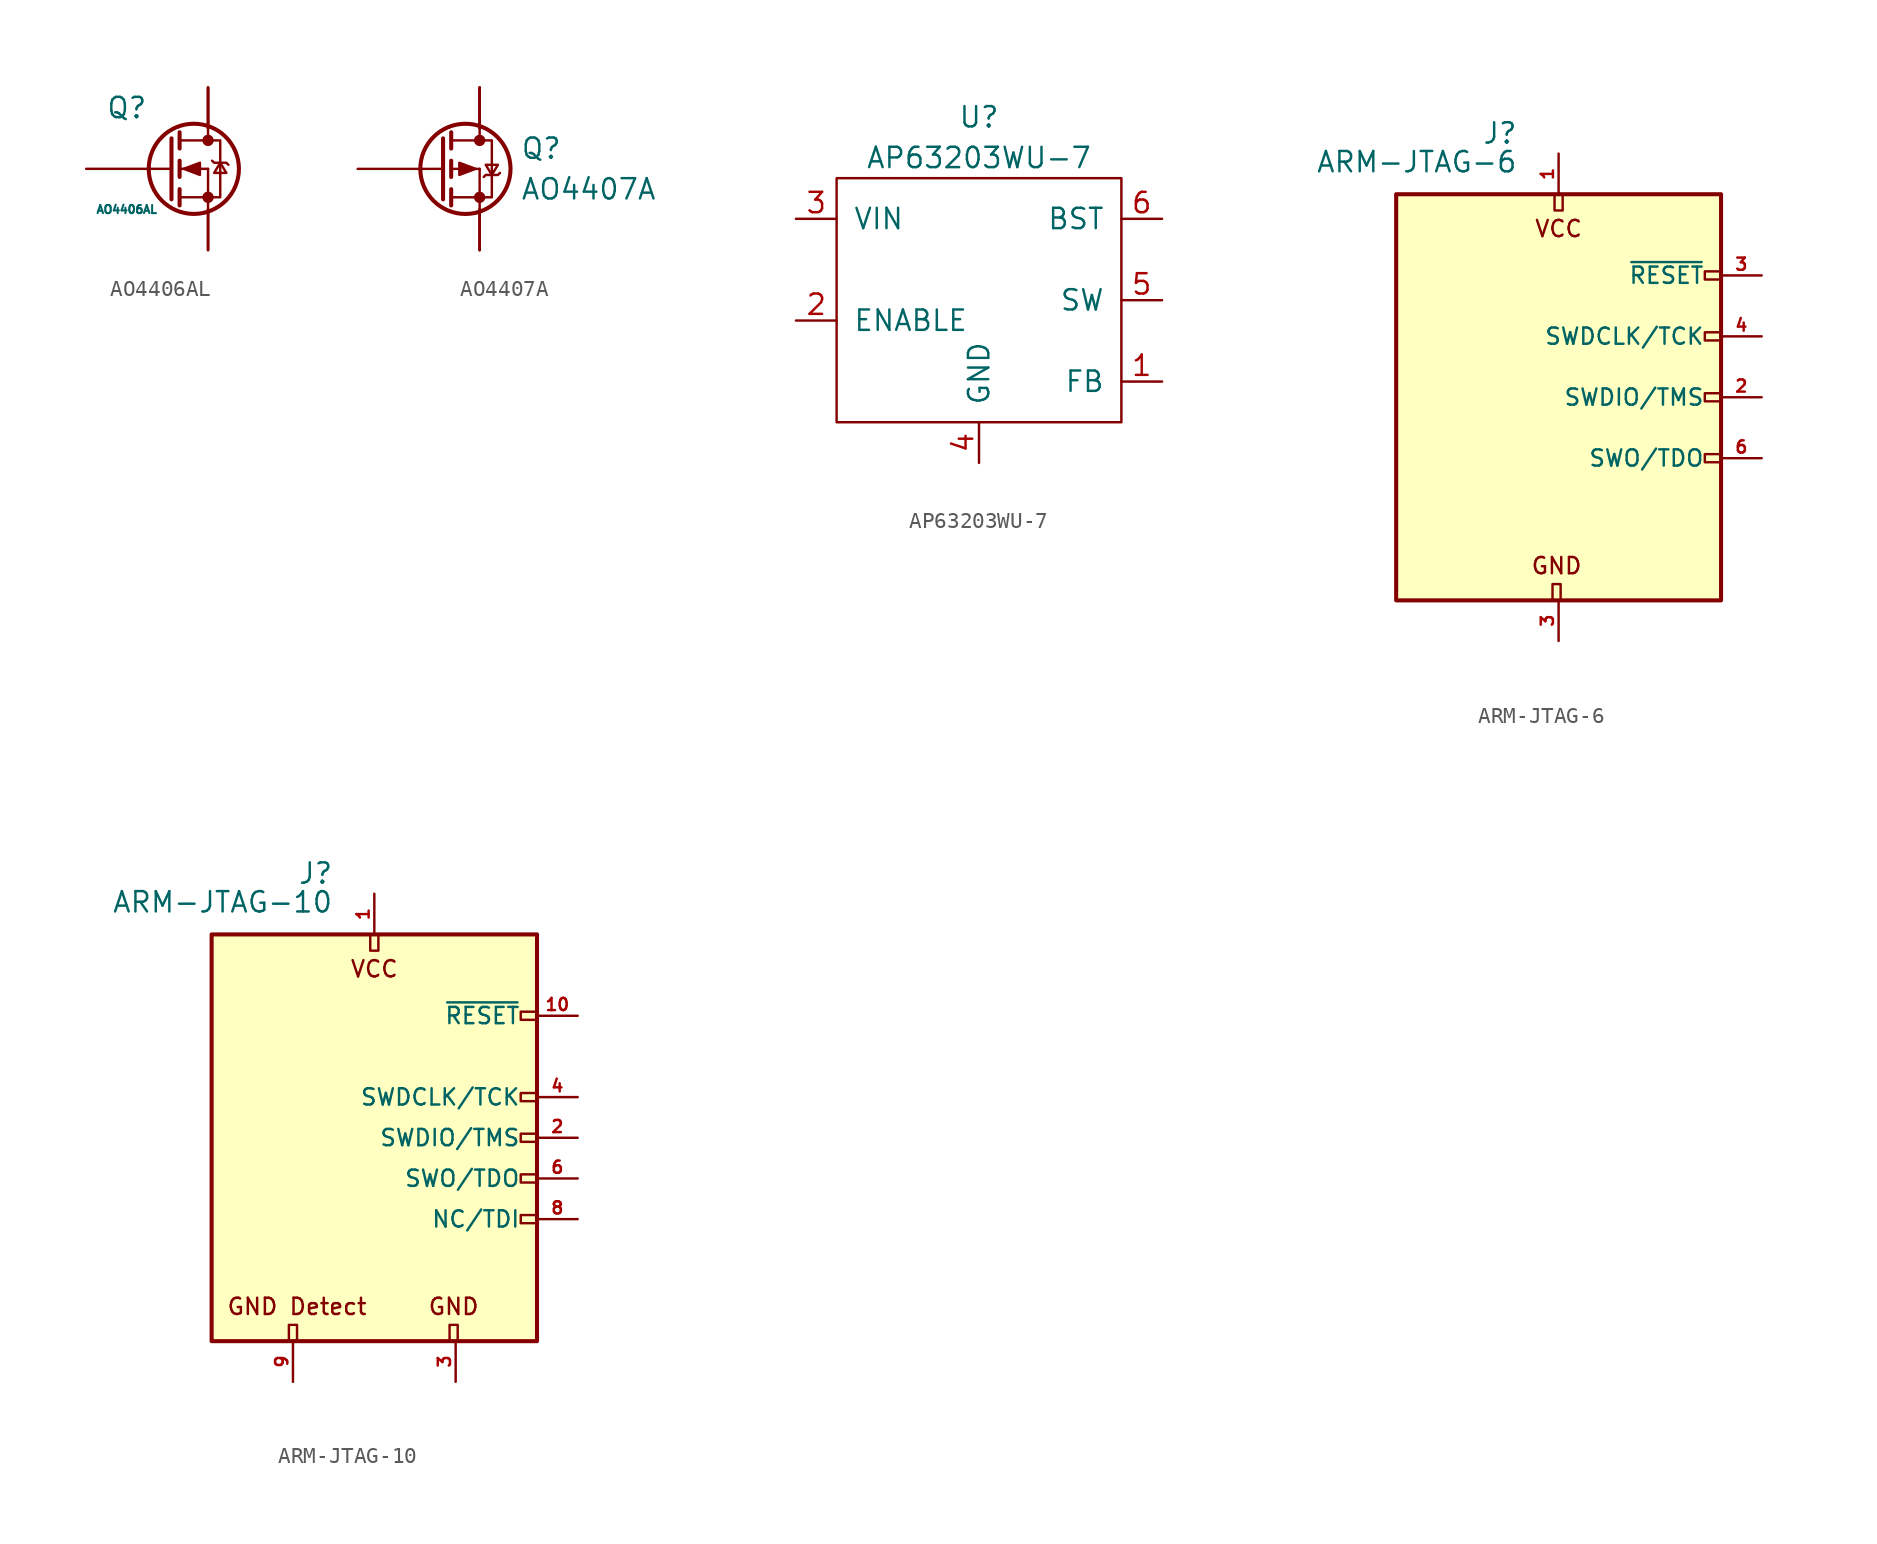
<source format=kicad_sym>
(kicad_symbol_lib
  (version 20201005)
  (generator kicad_symbol_editor)
  (symbol "acheronSymbols:AO4406AL"
    (pin_names
      (offset 1.016))
    (property "Reference" "Q"
      (at -5.08 3.81 0)
      (effects (font (size 1.27 1.27))))
    (property "Value" "AO4406AL"
      (at -5.08 -2.54 0)
      (effects (font (size 0.508 0.508))))
    (symbol "AO4406AL_1_1"
      (circle (center -0.889 0) (radius 2.819) (stroke (width 0.254)) (fill (type none)))
      (circle (center 0 -1.778) (radius 0.279) (stroke (width 0)) (fill (type outline)))
      (circle (center 0 1.778) (radius 0.279) (stroke (width 0)) (fill (type outline)))
      (polyline (pts (xy -2.489 0) (xy -2.286 0)) (stroke (width 0)) (fill (type none)))
      (polyline (pts (xy -1.778 -1.778) (xy 0 -1.778)) (stroke (width 0)) (fill (type none)))
      (polyline (pts (xy -1.778 -1.27) (xy -1.778 -2.286)) (stroke (width 0.254)) (fill (type none)))
      (polyline (pts (xy -1.778 0) (xy 0 0)) (stroke (width 0)) (fill (type none)))
      (polyline (pts (xy -1.778 0.508) (xy -1.778 -0.508)) (stroke (width 0.254)) (fill (type none)))
      (polyline (pts (xy -1.778 1.778) (xy 0 1.778)) (stroke (width 0)) (fill (type none)))
      (polyline (pts (xy -1.778 2.286) (xy -1.778 1.27)) (stroke (width 0.254)) (fill (type none)))
      (polyline (pts (xy 0 -1.778) (xy 0 -2.54)) (stroke (width 0)) (fill (type none)))
      (polyline (pts (xy 0 -1.778) (xy 0 0)) (stroke (width 0)) (fill (type none)))
      (polyline (pts (xy 0 2.54) (xy 0 1.778)) (stroke (width 0)) (fill (type none)))
      (polyline (pts (xy -2.286 1.905) (xy -2.286 -1.905) (xy -2.286 -1.905)) (stroke (width 0.254)) (fill (type none)))
      (polyline (pts (xy 0 -1.778) (xy 0.762 -1.778) (xy 0.762 1.778) (xy 0 1.778)) (stroke (width 0)) (fill (type none)))
      (polyline (pts (xy 0.254 0.508) (xy 0.381 0.381) (xy 1.143 0.381) (xy 1.27 0.254)) (stroke (width 0)) (fill (type none)))
      (polyline (pts (xy 0.762 0.381) (xy 0.381 -0.254) (xy 1.143 -0.254) (xy 0.762 0.381)) (stroke (width 0)) (fill (type none)))
      (polyline (pts (xy -1.524 0) (xy -0.508 0.381) (xy -0.508 -0.381) (xy -1.524 0)) (stroke (width 0)) (fill (type outline)))
      (pin passive line (at 0 -5.08 90) (length 2.54) (name "~" (effects (font (size 0 0)))) (number "1" (effects (font (size 0 0)))))
      (pin passive line (at 0 -5.08 90) (length 2.54) (name "~" (effects (font (size 0 0)))) (number "2" (effects (font (size 0 0)))))
      (pin passive line (at 0 -5.08 90) (length 2.54) (name "~" (effects (font (size 0 0)))) (number "3" (effects (font (size 0 0)))))
      (pin input line (at -7.62 0 0) (length 5.08) (name "G" (effects (font (size 0 0)))) (number "4" (effects (font (size 0 0)))))
      (pin passive line (at 0 5.08 270) (length 2.54) (name "D" (effects (font (size 0 0)))) (number "5" (effects (font (size 0 0)))))
      (pin passive line (at 0 5.08 270) (length 2.54) (name "~" (effects (font (size 0 0)))) (number "6" (effects (font (size 0 0)))))
      (pin passive line (at 0 5.08 270) (length 2.54) (name "~" (effects (font (size 0 0)))) (number "7" (effects (font (size 0 0)))))
      (pin passive line (at 0 5.08 270) (length 2.54) (name "~" (effects (font (size 0 0)))) (number "8" (effects (font (size 0 0)))))))
  (symbol "acheronSymbols:AO4407A"
    (pin_names
      (offset 0) hide)
    (property "Reference" "Q"
      (at 2.54 1.27 0)
      (effects (font (size 1.27 1.27)) (justify left)))
    (property "Value" "AO4407A"
      (at 2.54 -1.27 0)
      (effects (font (size 1.27 1.27)) (justify left)))
    (symbol "AO4407A_0_1"
      (circle (center -0.889 0) (radius 2.819) (stroke (width 0.254)) (fill (type none)))
      (circle (center 0 -1.778) (radius 0.279) (stroke (width 0)) (fill (type outline)))
      (circle (center 0 1.778) (radius 0.279) (stroke (width 0)) (fill (type outline)))
      (polyline (pts (xy -2.489 0) (xy -2.286 0)) (stroke (width 0)) (fill (type none)))
      (polyline (pts (xy -1.778 -1.778) (xy 0 -1.778)) (stroke (width 0)) (fill (type none)))
      (polyline (pts (xy -1.778 -1.27) (xy -1.778 -2.286)) (stroke (width 0.254)) (fill (type none)))
      (polyline (pts (xy -1.778 0) (xy 0 0)) (stroke (width 0)) (fill (type none)))
      (polyline (pts (xy -1.778 0.508) (xy -1.778 -0.508)) (stroke (width 0.254)) (fill (type none)))
      (polyline (pts (xy -1.778 1.778) (xy 0 1.778)) (stroke (width 0)) (fill (type none)))
      (polyline (pts (xy -1.778 2.286) (xy -1.778 1.27)) (stroke (width 0.254)) (fill (type none)))
      (polyline (pts (xy 0 -1.778) (xy 0 -2.54)) (stroke (width 0)) (fill (type none)))
      (polyline (pts (xy 0 -1.778) (xy 0 0)) (stroke (width 0)) (fill (type none)))
      (polyline (pts (xy 0 2.54) (xy 0 1.778)) (stroke (width 0)) (fill (type none)))
      (polyline (pts (xy -2.286 1.905) (xy -2.286 -1.905) (xy -2.286 -1.905)) (stroke (width 0.254)) (fill (type none)))
      (polyline (pts (xy 0 -1.778) (xy 0.762 -1.778) (xy 0.762 1.778) (xy 0 1.778)) (stroke (width 0)) (fill (type none)))
      (polyline (pts (xy 0.254 -0.508) (xy 0.381 -0.381) (xy 1.143 -0.381) (xy 1.27 -0.254)) (stroke (width 0)) (fill (type none)))
      (polyline (pts (xy 0.762 -0.381) (xy 0.381 0.254) (xy 1.143 0.254) (xy 0.762 -0.381)) (stroke (width 0)) (fill (type none)))
      (polyline (pts (xy -0.254 0) (xy -1.27 -0.381) (xy -1.27 0.381) (xy -0.254 0)) (stroke (width 0)) (fill (type outline))))
    (symbol "AO4407A_1_1"
      (pin passive line (at 0 -5.08 90) (length 2.54) (name "S" (effects (font (size 1.27 1.27)))) (number "1" (effects (font (size 0 0)))))
      (pin passive line (at 0 -5.08 90) (length 2.54) (name "S" (effects (font (size 1.27 1.27)))) (number "2" (effects (font (size 0 0)))))
      (pin passive line (at 0 -5.08 90) (length 2.54) (name "S" (effects (font (size 1.27 1.27)))) (number "3" (effects (font (size 0 0)))))
      (pin input line (at -7.62 0 0) (length 5.08) (name "G" (effects (font (size 1.27 1.27)))) (number "4" (effects (font (size 0 0)))))
      (pin passive line (at 0 5.08 270) (length 2.54) (name "D" (effects (font (size 1.27 1.27)))) (number "5" (effects (font (size 0 0)))))
      (pin passive line (at 0 5.08 270) (length 2.54) (name "D" (effects (font (size 1.27 1.27)))) (number "6" (effects (font (size 0 0)))))
      (pin passive line (at 0 5.08 270) (length 2.54) (name "D" (effects (font (size 1.27 1.27)))) (number "7" (effects (font (size 0 0)))))
      (pin passive line (at 0 5.08 270) (length 2.54) (name "D" (effects (font (size 1.27 1.27)))) (number "8" (effects (font (size 0 0)))))))
  (symbol "acheronSymbols:AP63203WU-7"
    (pin_names
      (offset 1.016))
    (property "Reference" "U"
      (at 0 13.97 0)
      (effects (font (size 1.27 1.27))))
    (property "Value" "AP63203WU-7"
      (at 0 11.43 0)
      (effects (font (size 1.27 1.27))))
    (symbol "AP63203WU-7_0_0"
      (rectangle (start -8.89 10.16) (end 8.89 -5.08) (stroke (width 0)) (fill (type none))))
    (symbol "AP63203WU-7_1_1"
      (pin input line (at 11.43 -2.54 180) (length 2.54) (name "FB" (effects (font (size 1.27 1.27)))) (number "1" (effects (font (size 1.27 1.27)))))
      (pin input line (at -11.43 1.27 0) (length 2.54) (name "ENABLE" (effects (font (size 1.27 1.27)))) (number "2" (effects (font (size 1.27 1.27)))))
      (pin input line (at -11.43 7.62 0) (length 2.54) (name "VIN" (effects (font (size 1.27 1.27)))) (number "3" (effects (font (size 1.27 1.27)))))
      (pin input line (at 0 -7.62 90) (length 2.54) (name "GND" (effects (font (size 1.27 1.27)))) (number "4" (effects (font (size 1.27 1.27)))))
      (pin output line (at 11.43 2.54 180) (length 2.54) (name "SW" (effects (font (size 1.27 1.27)))) (number "5" (effects (font (size 1.27 1.27)))))
      (pin input line (at 11.43 7.62 180) (length 2.54) (name "BST" (effects (font (size 1.27 1.27)))) (number "6" (effects (font (size 1.27 1.27)))))))
  (symbol "acheronSymbols:ARM-JTAG-6"
    (pin_names
      (offset 1.016))
    (property "Reference" "J"
      (at -2.54 16.51 0)
      (effects (font (size 1.27 1.27)) (justify right)))
    (property "Value" "ARM-JTAG-6"
      (at -2.54 13.97 0)
      (effects (font (size 1.27 1.27)) (justify right bottom)))
    (symbol "ARM-JTAG-6_0_0"
      (text "VCC" (at 0 10.541 0) (effects (font (size 1.016 1.016)))))
    (symbol "ARM-JTAG-6_0_1"
      (rectangle (start -0.381 -12.7) (end 0.127 -11.684) (stroke (width 0)) (fill (type none)))
      (rectangle (start -0.254 12.7) (end 0.254 11.684) (stroke (width 0)) (fill (type none)))
      (rectangle (start 9.144 3.556) (end 10.16 4.064) (stroke (width 0)) (fill (type none)))
      (rectangle (start 10.16 -4.064) (end 9.144 -3.556) (stroke (width 0)) (fill (type none)))
      (rectangle (start 10.16 -0.254) (end 9.144 0.254) (stroke (width 0)) (fill (type none)))
      (rectangle (start 10.16 7.874) (end 9.144 7.366) (stroke (width 0)) (fill (type none)))
      (rectangle (start -10.16 12.7) (end 10.16 -12.7) (stroke (width 0.254)) (fill (type background))))
    (symbol "ARM-JTAG-6_1_1"
      (text "GND" (at -0.127 -10.541 0) (effects (font (size 1.016 1.016))))
      (pin power_in line (at 0 15.24 270) (length 2.54) (name "VCC" (effects (font (size 0 0)))) (number "1" (effects (font (size 0.762 0.762)))))
      (pin bidirectional line (at 12.7 0 180) (length 2.54) (name "SWDIO/TMS" (effects (font (size 1.016 1.016)))) (number "2" (effects (font (size 0.762 0.762)))))
      (pin power_in line (at 0 -15.24 90) (length 2.54) (name "GND" (effects (font (size 0 0)))) (number "3" (effects (font (size 0.762 0.762)))))
      (pin open_collector line (at 12.7 7.62 180) (length 2.54) (name "~RESET~" (effects (font (size 1.016 1.016)))) (number "3" (effects (font (size 0.762 0.762)))))
      (pin output line (at 12.7 3.81 180) (length 2.54) (name "SWDCLK/TCK" (effects (font (size 1.016 1.016)))) (number "4" (effects (font (size 0.762 0.762)))))
      (pin passive line (at 0 -15.24 90) (length 2.54) hide (name "GND" (effects (font (size 1.27 1.27)))) (number "5" (effects (font (size 1.27 1.27)))))
      (pin input line (at 12.7 -3.81 180) (length 2.54) (name "SWO/TDO" (effects (font (size 1.016 1.016)))) (number "6" (effects (font (size 0.762 0.762)))))
      (pin no_connect line (at -10.16 0 0) (length 2.54) hide (name "KEY" (effects (font (size 1.27 1.27)))) (number "7" (effects (font (size 1.27 1.27)))))))
  (symbol "acheronSymbols:ARM-JTAG-10"
    (pin_names
      (offset 1.016))
    (property "Reference" "J"
      (at -2.54 16.51 0)
      (effects (font (size 1.27 1.27)) (justify right)))
    (property "Value" "ARM-JTAG-10"
      (at -2.54 13.97 0)
      (effects (font (size 1.27 1.27)) (justify right bottom)))
    (symbol "ARM-JTAG-10_0_0"
      (text "VCC" (at 0 10.541 0) (effects (font (size 1.016 1.016)))))
    (symbol "ARM-JTAG-10_0_1"
      (rectangle (start -5.334 -12.7) (end -4.826 -11.684) (stroke (width 0)) (fill (type none)))
      (rectangle (start -0.254 12.7) (end 0.254 11.684) (stroke (width 0)) (fill (type none)))
      (rectangle (start 4.699 -12.7) (end 5.207 -11.684) (stroke (width 0)) (fill (type none)))
      (rectangle (start 9.144 2.286) (end 10.16 2.794) (stroke (width 0)) (fill (type none)))
      (rectangle (start 10.16 -2.794) (end 9.144 -2.286) (stroke (width 0)) (fill (type none)))
      (rectangle (start 10.16 -0.254) (end 9.144 0.254) (stroke (width 0)) (fill (type none)))
      (rectangle (start 10.16 7.874) (end 9.144 7.366) (stroke (width 0)) (fill (type none)))
      (rectangle (start -10.16 12.7) (end 10.16 -12.7) (stroke (width 0.254)) (fill (type background))))
    (symbol "ARM-JTAG-10_1_1"
      (text "GND" (at 4.953 -10.541 0) (effects (font (size 1.016 1.016))))
      (text "GND Detect" (at -4.826 -10.541 0) (effects (font (size 1.016 1.016))))
      (rectangle (start 9.144 -5.334) (end 10.16 -4.826) (stroke (width 0)) (fill (type none)))
      (pin power_in line (at 0 15.24 270) (length 2.54) (name "VCC" (effects (font (size 0 0)))) (number "1" (effects (font (size 0.762 0.762)))))
      (pin open_collector line (at 12.7 7.62 180) (length 2.54) (name "~RESET~" (effects (font (size 1.016 1.016)))) (number "10" (effects (font (size 0.762 0.762)))))
      (pin bidirectional line (at 12.7 0 180) (length 2.54) (name "SWDIO/TMS" (effects (font (size 1.016 1.016)))) (number "2" (effects (font (size 0.762 0.762)))))
      (pin power_in line (at 5.08 -15.24 90) (length 2.54) (name "GND" (effects (font (size 0 0)))) (number "3" (effects (font (size 0.762 0.762)))))
      (pin output line (at 12.7 2.54 180) (length 2.54) (name "SWDCLK/TCK" (effects (font (size 1.016 1.016)))) (number "4" (effects (font (size 0.762 0.762)))))
      (pin passive line (at 5.08 -15.24 90) (length 2.54) hide (name "GND" (effects (font (size 1.27 1.27)))) (number "5" (effects (font (size 1.27 1.27)))))
      (pin input line (at 12.7 -2.54 180) (length 2.54) (name "SWO/TDO" (effects (font (size 1.016 1.016)))) (number "6" (effects (font (size 0.762 0.762)))))
      (pin no_connect line (at -10.16 0 0) (length 2.54) hide (name "KEY" (effects (font (size 1.27 1.27)))) (number "7" (effects (font (size 1.27 1.27)))))
      (pin output line (at 12.7 -5.08 180) (length 2.54) (name "NC/TDI" (effects (font (size 1.016 1.016)))) (number "8" (effects (font (size 0.762 0.762)))))
      (pin passive line (at -5.08 -15.24 90) (length 2.54) (name "GNDDetect" (effects (font (size 0 0)))) (number "9" (effects (font (size 0.762 0.762))))))))
</source>
